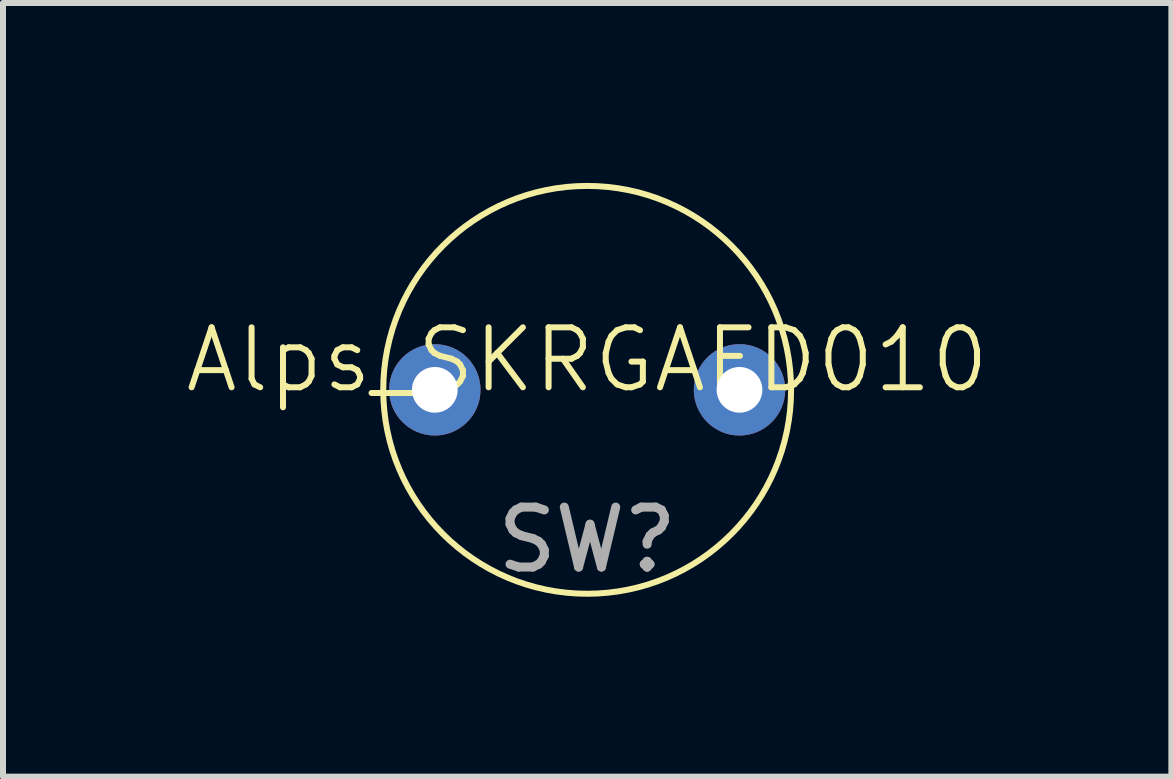
<source format=kicad_pcb>
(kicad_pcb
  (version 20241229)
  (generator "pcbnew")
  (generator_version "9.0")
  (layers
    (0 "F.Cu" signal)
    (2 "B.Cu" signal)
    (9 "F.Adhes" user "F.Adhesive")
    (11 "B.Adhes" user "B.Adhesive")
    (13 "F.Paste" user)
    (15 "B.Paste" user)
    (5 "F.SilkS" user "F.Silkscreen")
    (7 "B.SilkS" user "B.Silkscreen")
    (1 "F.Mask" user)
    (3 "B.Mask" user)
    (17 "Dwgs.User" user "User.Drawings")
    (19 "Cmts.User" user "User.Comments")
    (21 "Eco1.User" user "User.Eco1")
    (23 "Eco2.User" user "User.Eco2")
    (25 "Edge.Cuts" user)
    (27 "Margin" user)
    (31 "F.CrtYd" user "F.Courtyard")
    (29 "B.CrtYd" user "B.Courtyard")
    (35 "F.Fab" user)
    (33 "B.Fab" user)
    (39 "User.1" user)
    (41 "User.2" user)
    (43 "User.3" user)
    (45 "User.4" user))
  (footprint "Alps_SKRGAFD010"
    (layer "F.Cu")
    (at 6.74 3.45)
    (property "Reference" "Alps_SKRGAFD010" (at 0 -0.5 0) (unlocked yes) (layer "F.SilkS") (effects (font (size 1 1) (thickness 0.1))))
    (attr through_hole)
    (fp_circle (center 0 0) (end 3.4 0) (stroke (width 0.1) (type default)) (fill no) (layer "F.SilkS"))
    (fp_text user "SW?" (at 0 2.5 0) (unlocked yes) (layer "F.Fab") (effects (font (size 1 1) (thickness 0.15))))
    (pad "1" thru_hole circle (at 2.54 0) (size 1.524 1.524) (drill 0.762) (layers "*.Cu" "*.Mask"))
    (pad "2" thru_hole circle (at -2.54 0) (size 1.524 1.524) (drill 0.762) (layers "*.Cu" "*.Mask")))
  (gr_rect
    (start -3 -3)
    (end 16.481 9.9)
    (stroke (width 0.1) (type default))
    (fill no)
    (layer "Edge.Cuts")))
</source>
